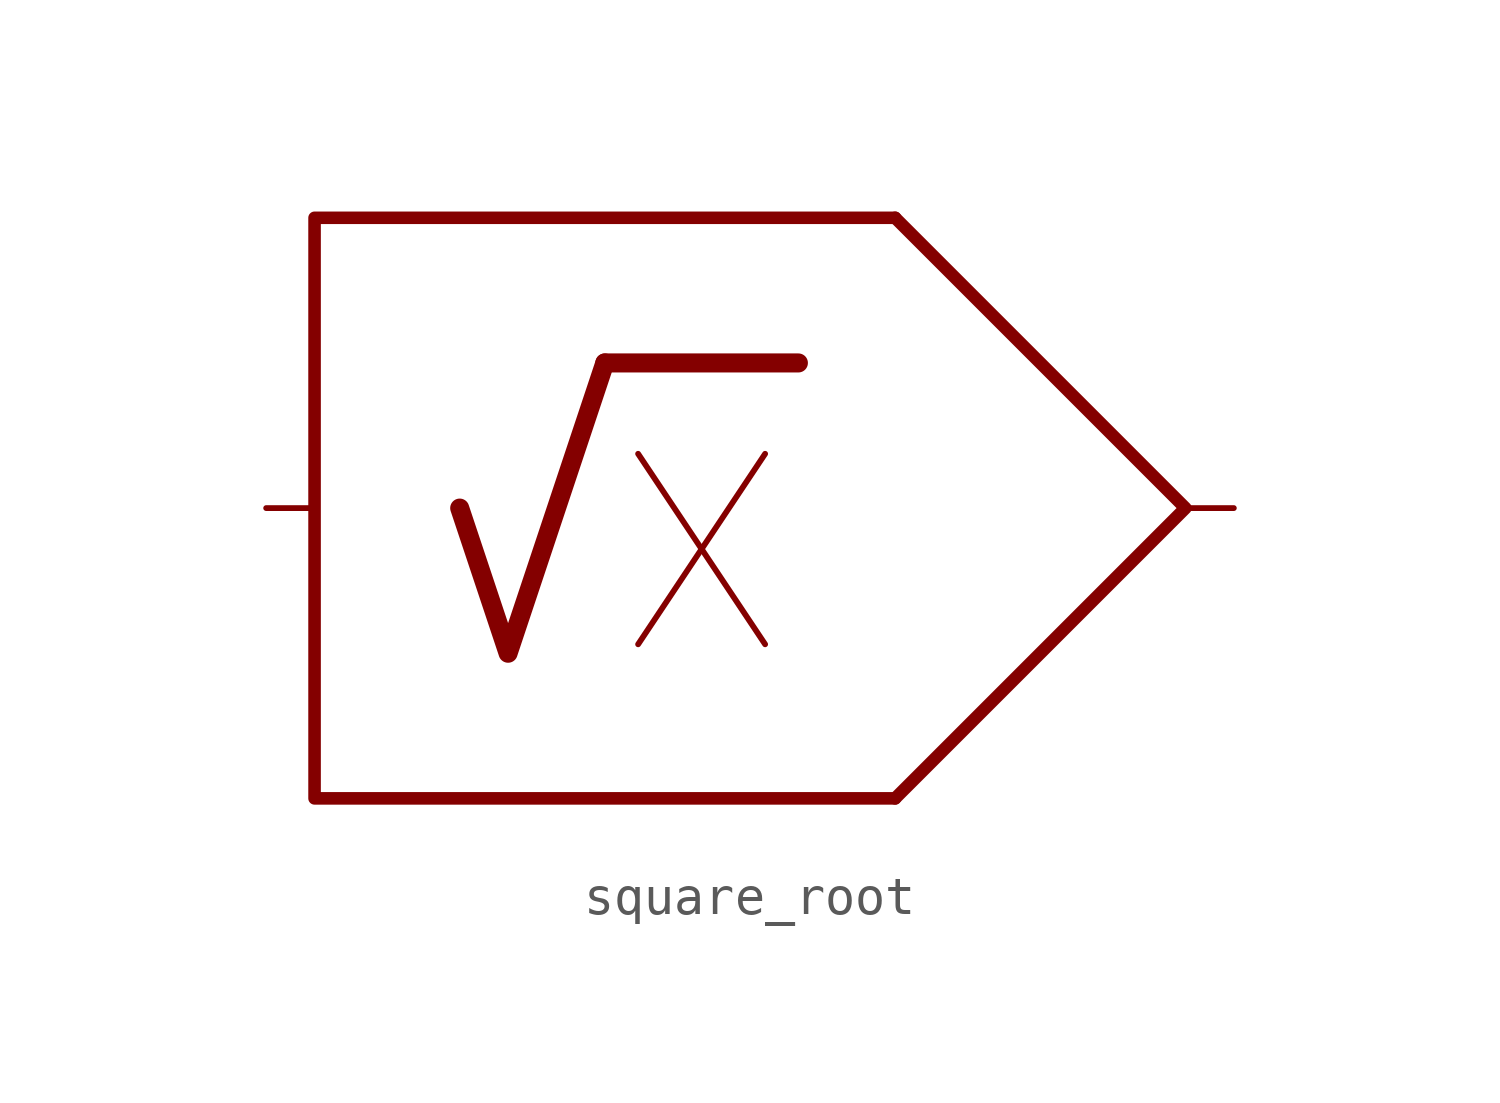
<source format=kicad_sym>
(kicad_symbol_lib
  (version 20211014)
  (generator kicad_symbol_editor)
  (symbol "square_root"
    (property "Reference" "U"
      (at 3.81 12.7 0)
      (effects (font (size 1.27 1.27)) hide))
    (symbol "square_root_0_0"
      (polyline (pts (xy -7.62 3.81) (xy -2.54 3.81)) (stroke (width 0.5) (type default) (color 0 0 0 0)) (fill (type none)))
      (polyline (pts (xy -7.62 3.81) (xy -10.16 -3.81) (xy -11.43 0)) (stroke (width 0.5) (type default) (color 0 0 0 0)) (fill (type none)))
      (polyline (pts (xy 0 7.62) (xy -15.24 7.62) (xy -15.24 -7.62) (xy 0 -7.62)) (stroke (width 0.33) (type default) (color 0 0 0 0)) (fill (type none)))
      (text "X" (at -5.08 -1.27 0) (effects (font (size 5 5)))))
    (symbol "square_root_0_1"
      (polyline (pts (xy 0 7.62) (xy 7.62 0) (xy 0 -7.62)) (stroke (width 0.33) (type default) (color 0 0 0 0)) (fill (type none))))
    (symbol "square_root_1_1"
      (pin input line (at -16.51 0 0) (length 1.27) (name "" (effects (font (size 1.27 1.27)))) (number "" (effects (font (size 1.27 1.27)))))
      (pin output line (at 8.89 0 180) (length 1.27) (name "" (effects (font (size 1.27 1.27)))) (number "" (effects (font (size 1.27 1.27))))))))
</source>
